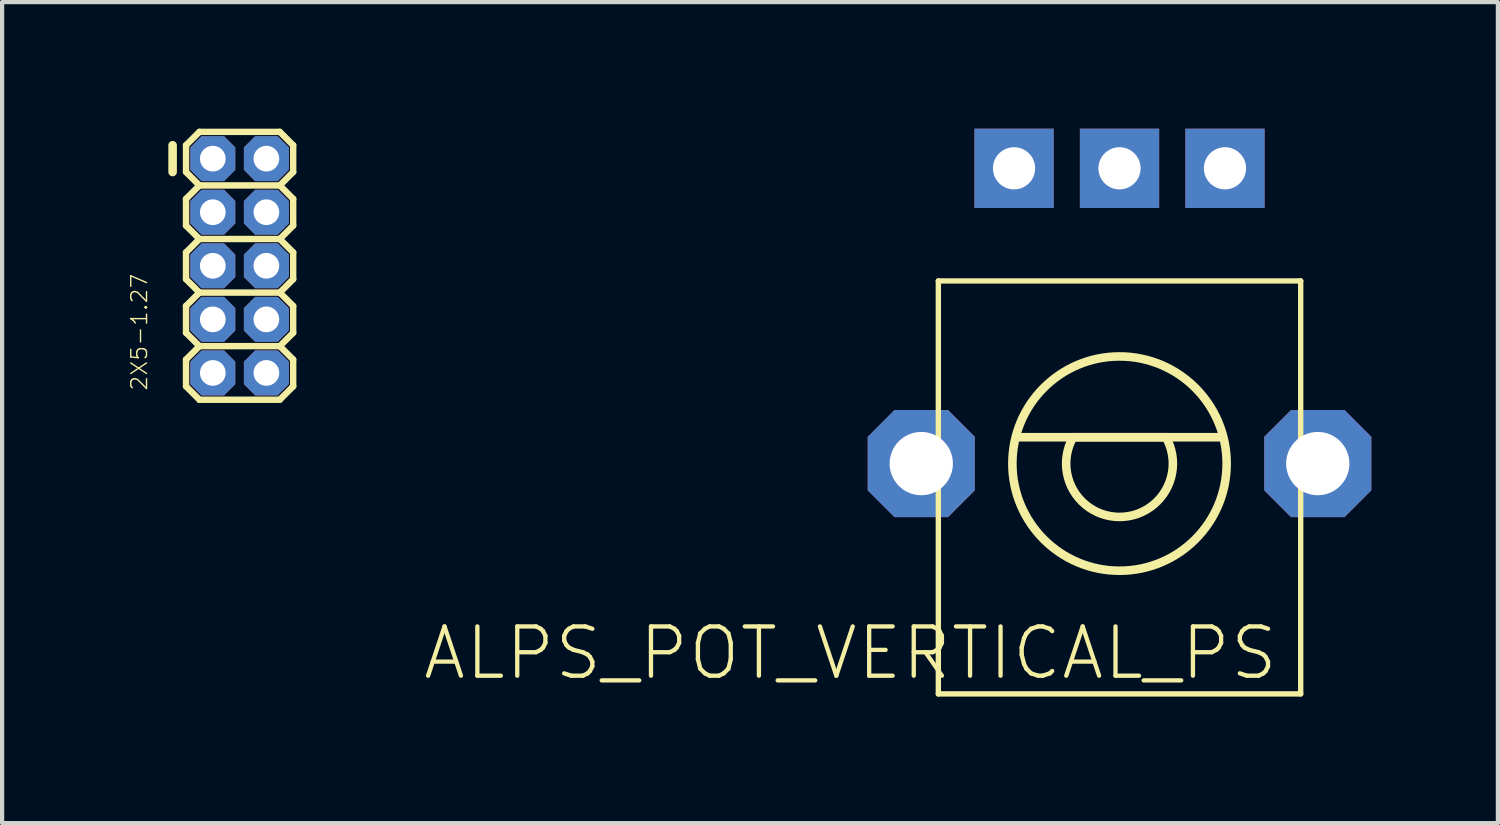
<source format=kicad_pcb>
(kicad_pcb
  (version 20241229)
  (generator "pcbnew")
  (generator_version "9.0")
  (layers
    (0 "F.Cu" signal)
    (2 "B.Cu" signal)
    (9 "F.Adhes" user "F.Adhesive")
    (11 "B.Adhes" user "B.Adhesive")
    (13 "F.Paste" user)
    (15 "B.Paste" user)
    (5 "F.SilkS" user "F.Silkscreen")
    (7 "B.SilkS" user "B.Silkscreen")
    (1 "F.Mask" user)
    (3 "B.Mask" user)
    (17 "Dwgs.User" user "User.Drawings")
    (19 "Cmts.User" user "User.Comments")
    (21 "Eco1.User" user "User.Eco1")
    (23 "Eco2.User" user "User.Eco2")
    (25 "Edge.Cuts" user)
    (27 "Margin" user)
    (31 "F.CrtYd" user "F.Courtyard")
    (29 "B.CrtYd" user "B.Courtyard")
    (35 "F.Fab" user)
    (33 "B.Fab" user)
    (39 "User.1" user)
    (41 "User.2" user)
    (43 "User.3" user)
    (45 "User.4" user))
  (footprint "ALPS_POT_VERTICAL_PS"
    (layer "F.Cu")
    (at 23.49 7.94)
    (property "Reference" "ALPS_POT_VERTICAL_PS" (at 3.81 3.81 0) (layer "F.SilkS") (effects (font (size 1.168 1.168) (thickness 0.102)) (justify right top)))
    (fp_line (start -4.295 -4.33) (end 4.295 -4.33) (stroke (width 0.127) (type solid)) (layer "F.SilkS"))
    (fp_line (start -4.295 5.46) (end -4.295 -4.33) (stroke (width 0.127) (type solid)) (layer "F.SilkS"))
    (fp_line (start -2.45 -0.625) (end 2.425 -0.625) (stroke (width 0.203) (type solid)) (layer "F.SilkS"))
    (fp_line (start -1.1 -0.625) (end 1.1 -0.625) (stroke (width 0.203) (type solid)) (layer "F.SilkS"))
    (fp_line (start 4.295 -4.33) (end 4.295 5.46) (stroke (width 0.127) (type solid)) (layer "F.SilkS"))
    (fp_line (start 4.295 5.46) (end -4.295 5.46) (stroke (width 0.127) (type solid)) (layer "F.SilkS"))
    (fp_arc (start 1.1 -0.625) (mid 0 1.265158) (end -1.1 -0.625) (stroke (width 0.2032) (type solid)) (layer "F.SilkS"))
    (fp_circle (center 0 0) (end 2.54 0) (stroke (width 0.203) (type solid)) (fill no) (layer "F.SilkS"))
    (pad "P$1" thru_hole rect (at -2.5 -7 270) (size 1.88 1.88) (drill 1) (layers "*.Cu" "*.Mask"))
    (pad "P$2" thru_hole rect (at 0 -7 270) (size 1.88 1.88) (drill 1) (layers "*.Cu" "*.Mask"))
    (pad "P$3" thru_hole rect (at 2.5 -7 270) (size 1.88 1.88) (drill 1) (layers "*.Cu" "*.Mask"))
    (pad "P$4" thru_hole roundrect (at -4.7 0 270) (size 2.54 2.54) (drill 1.5) (layers "*.Cu" "*.Mask") (roundrect_rratio 0.25) (chamfer_ratio 0.25) (chamfer top_left top_right bottom_left bottom_right))
    (pad "P$5" thru_hole roundrect (at 4.7 0 270) (size 2.54 2.54) (drill 1.5) (layers "*.Cu" "*.Mask") (roundrect_rratio 0.25) (chamfer_ratio 0.25) (chamfer top_left top_right bottom_left bottom_right)))
  (footprint "2X5-1.27"
    (layer "F.Cu")
    (at 3.265 4.521)
    (property "Reference" "2X5-1.27" (at -2.794 1.714 90) (layer "F.SilkS") (effects (font (size 0.374 0.374) (thickness 0.033)) (justify left bottom)))
    (fp_line (start -2.223 -4.128) (end -2.223 -3.493) (stroke (width 0.203) (type solid)) (layer "F.SilkS"))
    (fp_line (start -1.905 -4.128) (end -1.905 -3.493) (stroke (width 0.152) (type solid)) (layer "F.SilkS"))
    (fp_line (start -1.905 -3.493) (end -1.587 -3.175) (stroke (width 0.152) (type solid)) (layer "F.SilkS"))
    (fp_line (start -1.905 -2.857) (end -1.905 -2.223) (stroke (width 0.152) (type solid)) (layer "F.SilkS"))
    (fp_line (start -1.905 -2.223) (end -1.587 -1.905) (stroke (width 0.152) (type solid)) (layer "F.SilkS"))
    (fp_line (start -1.905 -1.587) (end -1.905 -0.953) (stroke (width 0.152) (type solid)) (layer "F.SilkS"))
    (fp_line (start -1.905 -0.953) (end -1.587 -0.635) (stroke (width 0.152) (type solid)) (layer "F.SilkS"))
    (fp_line (start -1.905 -0.318) (end -1.905 0.318) (stroke (width 0.152) (type solid)) (layer "F.SilkS"))
    (fp_line (start -1.905 0.318) (end -1.587 0.635) (stroke (width 0.152) (type solid)) (layer "F.SilkS"))
    (fp_line (start -1.905 0.953) (end -1.905 1.587) (stroke (width 0.152) (type solid)) (layer "F.SilkS"))
    (fp_line (start -1.905 1.587) (end -1.587 1.905) (stroke (width 0.152) (type solid)) (layer "F.SilkS"))
    (fp_line (start -1.587 -4.445) (end -1.905 -4.128) (stroke (width 0.152) (type solid)) (layer "F.SilkS"))
    (fp_line (start -1.587 -4.445) (end 0.318 -4.445) (stroke (width 0.152) (type solid)) (layer "F.SilkS"))
    (fp_line (start -1.587 -3.175) (end -1.905 -2.857) (stroke (width 0.152) (type solid)) (layer "F.SilkS"))
    (fp_line (start -1.587 -1.905) (end -1.905 -1.587) (stroke (width 0.152) (type solid)) (layer "F.SilkS"))
    (fp_line (start -1.587 -0.635) (end -1.905 -0.318) (stroke (width 0.152) (type solid)) (layer "F.SilkS"))
    (fp_line (start -1.587 0.635) (end -1.905 0.953) (stroke (width 0.152) (type solid)) (layer "F.SilkS"))
    (fp_line (start 0.318 -4.445) (end 0.635 -4.128) (stroke (width 0.152) (type solid)) (layer "F.SilkS"))
    (fp_line (start 0.318 -3.175) (end -1.587 -3.175) (stroke (width 0.152) (type solid)) (layer "F.SilkS"))
    (fp_line (start 0.318 -3.175) (end 0.635 -2.857) (stroke (width 0.152) (type solid)) (layer "F.SilkS"))
    (fp_line (start 0.318 -1.905) (end -1.587 -1.905) (stroke (width 0.152) (type solid)) (layer "F.SilkS"))
    (fp_line (start 0.318 -1.905) (end 0.635 -1.587) (stroke (width 0.152) (type solid)) (layer "F.SilkS"))
    (fp_line (start 0.318 -0.635) (end -1.587 -0.635) (stroke (width 0.152) (type solid)) (layer "F.SilkS"))
    (fp_line (start 0.318 -0.635) (end 0.635 -0.318) (stroke (width 0.152) (type solid)) (layer "F.SilkS"))
    (fp_line (start 0.318 0.635) (end -1.587 0.635) (stroke (width 0.152) (type solid)) (layer "F.SilkS"))
    (fp_line (start 0.318 0.635) (end 0.635 0.953) (stroke (width 0.152) (type solid)) (layer "F.SilkS"))
    (fp_line (start 0.318 1.905) (end -1.587 1.905) (stroke (width 0.152) (type solid)) (layer "F.SilkS"))
    (fp_line (start 0.635 -4.128) (end 0.635 -3.493) (stroke (width 0.152) (type solid)) (layer "F.SilkS"))
    (fp_line (start 0.635 -3.493) (end 0.318 -3.175) (stroke (width 0.152) (type solid)) (layer "F.SilkS"))
    (fp_line (start 0.635 -2.857) (end 0.635 -2.223) (stroke (width 0.152) (type solid)) (layer "F.SilkS"))
    (fp_line (start 0.635 -2.223) (end 0.318 -1.905) (stroke (width 0.152) (type solid)) (layer "F.SilkS"))
    (fp_line (start 0.635 -1.587) (end 0.635 -0.953) (stroke (width 0.152) (type solid)) (layer "F.SilkS"))
    (fp_line (start 0.635 -0.953) (end 0.318 -0.635) (stroke (width 0.152) (type solid)) (layer "F.SilkS"))
    (fp_line (start 0.635 -0.318) (end 0.635 0.318) (stroke (width 0.152) (type solid)) (layer "F.SilkS"))
    (fp_line (start 0.635 0.318) (end 0.318 0.635) (stroke (width 0.152) (type solid)) (layer "F.SilkS"))
    (fp_line (start 0.635 0.953) (end 0.635 1.587) (stroke (width 0.152) (type solid)) (layer "F.SilkS"))
    (fp_line (start 0.635 1.587) (end 0.318 1.905) (stroke (width 0.152) (type solid)) (layer "F.SilkS"))
    (fp_poly (pts (xy -1.397 -3.683) (xy -1.143 -3.683) (xy -1.143 -3.937) (xy -1.397 -3.937)) (stroke (width 0.1) (type solid)) (fill no) (layer "F.Fab"))
    (fp_poly (pts (xy -1.397 -2.413) (xy -1.143 -2.413) (xy -1.143 -2.667) (xy -1.397 -2.667)) (stroke (width 0.1) (type solid)) (fill no) (layer "F.Fab"))
    (fp_poly (pts (xy -1.397 -1.143) (xy -1.143 -1.143) (xy -1.143 -1.397) (xy -1.397 -1.397)) (stroke (width 0.1) (type solid)) (fill no) (layer "F.Fab"))
    (fp_poly (pts (xy -1.397 0.127) (xy -1.143 0.127) (xy -1.143 -0.127) (xy -1.397 -0.127)) (stroke (width 0.1) (type solid)) (fill no) (layer "F.Fab"))
    (fp_poly (pts (xy -1.397 1.397) (xy -1.143 1.397) (xy -1.143 1.143) (xy -1.397 1.143)) (stroke (width 0.1) (type solid)) (fill no) (layer "F.Fab"))
    (fp_poly (pts (xy -0.127 -3.683) (xy 0.127 -3.683) (xy 0.127 -3.937) (xy -0.127 -3.937)) (stroke (width 0.1) (type solid)) (fill no) (layer "F.Fab"))
    (fp_poly (pts (xy -0.127 -2.413) (xy 0.127 -2.413) (xy 0.127 -2.667) (xy -0.127 -2.667)) (stroke (width 0.1) (type solid)) (fill no) (layer "F.Fab"))
    (fp_poly (pts (xy -0.127 -1.143) (xy 0.127 -1.143) (xy 0.127 -1.397) (xy -0.127 -1.397)) (stroke (width 0.1) (type solid)) (fill no) (layer "F.Fab"))
    (fp_poly (pts (xy -0.127 0.127) (xy 0.127 0.127) (xy 0.127 -0.127) (xy -0.127 -0.127)) (stroke (width 0.1) (type solid)) (fill no) (layer "F.Fab"))
    (fp_poly (pts (xy -0.127 1.397) (xy 0.127 1.397) (xy 0.127 1.143) (xy -0.127 1.143)) (stroke (width 0.1) (type solid)) (fill no) (layer "F.Fab"))
    (pad "1" thru_hole roundrect (at -1.27 -3.81 270) (size 1.067 1.067) (drill 0.61) (layers "*.Cu" "*.Mask") (roundrect_rratio 0.25) (chamfer_ratio 0.25) (chamfer top_left top_right bottom_left bottom_right))
    (pad "2" thru_hole roundrect (at 0 -3.81 270) (size 1.067 1.067) (drill 0.61) (layers "*.Cu" "*.Mask") (roundrect_rratio 0.25) (chamfer_ratio 0.25) (chamfer top_left top_right bottom_left bottom_right))
    (pad "3" thru_hole roundrect (at -1.27 -2.54 270) (size 1.067 1.067) (drill 0.61) (layers "*.Cu" "*.Mask") (roundrect_rratio 0.25) (chamfer_ratio 0.25) (chamfer top_left top_right bottom_left bottom_right))
    (pad "4" thru_hole roundrect (at 0 -2.54 270) (size 1.067 1.067) (drill 0.61) (layers "*.Cu" "*.Mask") (roundrect_rratio 0.25) (chamfer_ratio 0.25) (chamfer top_left top_right bottom_left bottom_right))
    (pad "5" thru_hole roundrect (at -1.27 -1.27 270) (size 1.067 1.067) (drill 0.61) (layers "*.Cu" "*.Mask") (roundrect_rratio 0.25) (chamfer_ratio 0.25) (chamfer top_left top_right bottom_left bottom_right))
    (pad "6" thru_hole roundrect (at 0 -1.27 270) (size 1.067 1.067) (drill 0.61) (layers "*.Cu" "*.Mask") (roundrect_rratio 0.25) (chamfer_ratio 0.25) (chamfer top_left top_right bottom_left bottom_right))
    (pad "7" thru_hole roundrect (at -1.27 0 270) (size 1.067 1.067) (drill 0.61) (layers "*.Cu" "*.Mask") (roundrect_rratio 0.25) (chamfer_ratio 0.25) (chamfer top_left top_right bottom_left bottom_right))
    (pad "8" thru_hole roundrect (at 0 0 270) (size 1.067 1.067) (drill 0.61) (layers "*.Cu" "*.Mask") (roundrect_rratio 0.25) (chamfer_ratio 0.25) (chamfer top_left top_right bottom_left bottom_right))
    (pad "9" thru_hole roundrect (at -1.27 1.27 270) (size 1.067 1.067) (drill 0.61) (layers "*.Cu" "*.Mask") (roundrect_rratio 0.25) (chamfer_ratio 0.25) (chamfer top_left top_right bottom_left bottom_right))
    (pad "10" thru_hole roundrect (at 0 1.27 270) (size 1.067 1.067) (drill 0.61) (layers "*.Cu" "*.Mask") (roundrect_rratio 0.25) (chamfer_ratio 0.25) (chamfer top_left top_right bottom_left bottom_right)))
  (gr_rect
    (start -3 -3)
    (end 32.46 16.463)
    (stroke (width 0.1) (type default))
    (fill no)
    (layer "Edge.Cuts")))
</source>
